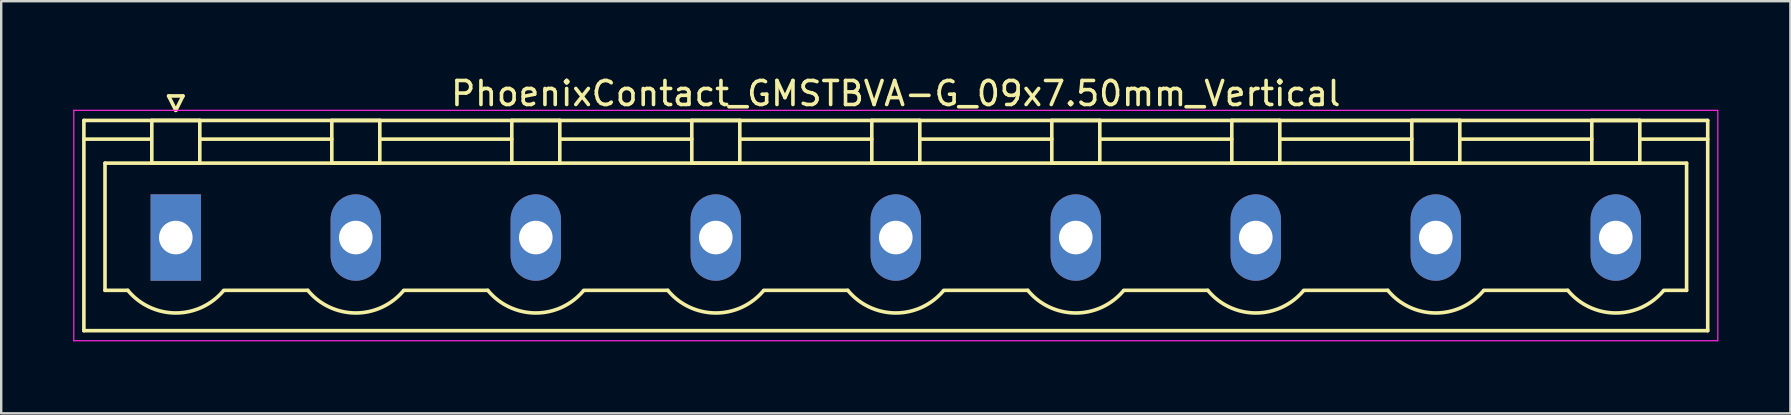
<source format=kicad_pcb>
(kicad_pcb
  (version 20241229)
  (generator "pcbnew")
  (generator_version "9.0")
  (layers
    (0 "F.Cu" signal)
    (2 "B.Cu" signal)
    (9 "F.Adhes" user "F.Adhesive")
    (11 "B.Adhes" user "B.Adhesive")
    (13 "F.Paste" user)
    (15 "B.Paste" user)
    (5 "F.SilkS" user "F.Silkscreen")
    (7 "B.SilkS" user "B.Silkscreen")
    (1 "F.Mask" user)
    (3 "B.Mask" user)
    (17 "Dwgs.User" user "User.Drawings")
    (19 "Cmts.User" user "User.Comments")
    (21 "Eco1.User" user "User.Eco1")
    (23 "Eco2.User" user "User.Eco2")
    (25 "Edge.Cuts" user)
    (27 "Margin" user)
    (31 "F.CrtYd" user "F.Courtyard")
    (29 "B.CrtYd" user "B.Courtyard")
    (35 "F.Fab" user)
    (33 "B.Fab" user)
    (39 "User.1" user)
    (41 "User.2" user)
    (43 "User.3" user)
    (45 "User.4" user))
  (footprint "PhoenixContact_GMSTBVA-G_09x7.50mm_Vertical"
    (layer "F.Cu")
    (at 4.275 6.848)
    (property "Reference" "PhoenixContact_GMSTBVA-G_09x7.50mm_Vertical" (at 30 -6 0) (layer "F.SilkS") (effects (font (size 1 1) (thickness 0.15))))
    (attr through_hole)
    (fp_line (start -3.83 -4.88) (end -3.83 3.88) (stroke (width 0.15) (type solid)) (layer "F.SilkS"))
    (fp_line (start -3.83 -4.1) (end -1.08 -4.1) (stroke (width 0.15) (type solid)) (layer "F.SilkS"))
    (fp_line (start -3.83 3.88) (end 63.83 3.88) (stroke (width 0.15) (type solid)) (layer "F.SilkS"))
    (fp_line (start -2.95 -3.1) (end 62.95 -3.1) (stroke (width 0.15) (type solid)) (layer "F.SilkS"))
    (fp_line (start -2.95 2.2) (end -2.95 -3.1) (stroke (width 0.15) (type solid)) (layer "F.SilkS"))
    (fp_line (start -2 2.2) (end -2.95 2.2) (stroke (width 0.15) (type solid)) (layer "F.SilkS"))
    (fp_line (start -1 -4.88) (end 1 -4.88) (stroke (width 0.15) (type solid)) (layer "F.SilkS"))
    (fp_line (start -1 -3.1) (end -1 -4.88) (stroke (width 0.15) (type solid)) (layer "F.SilkS"))
    (fp_line (start -0.3 -5.9) (end 0 -5.3) (stroke (width 0.15) (type solid)) (layer "F.SilkS"))
    (fp_line (start 0 -5.3) (end 0.3 -5.9) (stroke (width 0.15) (type solid)) (layer "F.SilkS"))
    (fp_line (start 0.3 -5.9) (end -0.3 -5.9) (stroke (width 0.15) (type solid)) (layer "F.SilkS"))
    (fp_line (start 1 -4.88) (end 1 -3.1) (stroke (width 0.15) (type solid)) (layer "F.SilkS"))
    (fp_line (start 1 -4.1) (end 6.5 -4.1) (stroke (width 0.15) (type solid)) (layer "F.SilkS"))
    (fp_line (start 1 -3.1) (end -1 -3.1) (stroke (width 0.15) (type solid)) (layer "F.SilkS"))
    (fp_line (start 2 2.2) (end 5.5 2.2) (stroke (width 0.15) (type solid)) (layer "F.SilkS"))
    (fp_line (start 6.5 -4.88) (end 8.5 -4.88) (stroke (width 0.15) (type solid)) (layer "F.SilkS"))
    (fp_line (start 6.5 -3.1) (end 6.5 -4.88) (stroke (width 0.15) (type solid)) (layer "F.SilkS"))
    (fp_line (start 8.5 -4.88) (end 8.5 -3.1) (stroke (width 0.15) (type solid)) (layer "F.SilkS"))
    (fp_line (start 8.5 -4.1) (end 14 -4.1) (stroke (width 0.15) (type solid)) (layer "F.SilkS"))
    (fp_line (start 8.5 -3.1) (end 6.5 -3.1) (stroke (width 0.15) (type solid)) (layer "F.SilkS"))
    (fp_line (start 9.5 2.2) (end 13 2.2) (stroke (width 0.15) (type solid)) (layer "F.SilkS"))
    (fp_line (start 14 -4.88) (end 16 -4.88) (stroke (width 0.15) (type solid)) (layer "F.SilkS"))
    (fp_line (start 14 -3.1) (end 14 -4.88) (stroke (width 0.15) (type solid)) (layer "F.SilkS"))
    (fp_line (start 16 -4.88) (end 16 -3.1) (stroke (width 0.15) (type solid)) (layer "F.SilkS"))
    (fp_line (start 16 -4.1) (end 21.5 -4.1) (stroke (width 0.15) (type solid)) (layer "F.SilkS"))
    (fp_line (start 16 -3.1) (end 14 -3.1) (stroke (width 0.15) (type solid)) (layer "F.SilkS"))
    (fp_line (start 17 2.2) (end 20.5 2.2) (stroke (width 0.15) (type solid)) (layer "F.SilkS"))
    (fp_line (start 21.5 -4.88) (end 23.5 -4.88) (stroke (width 0.15) (type solid)) (layer "F.SilkS"))
    (fp_line (start 21.5 -3.1) (end 21.5 -4.88) (stroke (width 0.15) (type solid)) (layer "F.SilkS"))
    (fp_line (start 23.5 -4.88) (end 23.5 -3.1) (stroke (width 0.15) (type solid)) (layer "F.SilkS"))
    (fp_line (start 23.5 -4.1) (end 29 -4.1) (stroke (width 0.15) (type solid)) (layer "F.SilkS"))
    (fp_line (start 23.5 -3.1) (end 21.5 -3.1) (stroke (width 0.15) (type solid)) (layer "F.SilkS"))
    (fp_line (start 24.5 2.2) (end 28 2.2) (stroke (width 0.15) (type solid)) (layer "F.SilkS"))
    (fp_line (start 29 -4.88) (end 31 -4.88) (stroke (width 0.15) (type solid)) (layer "F.SilkS"))
    (fp_line (start 29 -3.1) (end 29 -4.88) (stroke (width 0.15) (type solid)) (layer "F.SilkS"))
    (fp_line (start 31 -4.88) (end 31 -3.1) (stroke (width 0.15) (type solid)) (layer "F.SilkS"))
    (fp_line (start 31 -4.1) (end 36.5 -4.1) (stroke (width 0.15) (type solid)) (layer "F.SilkS"))
    (fp_line (start 31 -3.1) (end 29 -3.1) (stroke (width 0.15) (type solid)) (layer "F.SilkS"))
    (fp_line (start 32 2.2) (end 35.5 2.2) (stroke (width 0.15) (type solid)) (layer "F.SilkS"))
    (fp_line (start 36.5 -4.88) (end 38.5 -4.88) (stroke (width 0.15) (type solid)) (layer "F.SilkS"))
    (fp_line (start 36.5 -3.1) (end 36.5 -4.88) (stroke (width 0.15) (type solid)) (layer "F.SilkS"))
    (fp_line (start 38.5 -4.88) (end 38.5 -3.1) (stroke (width 0.15) (type solid)) (layer "F.SilkS"))
    (fp_line (start 38.5 -4.1) (end 44 -4.1) (stroke (width 0.15) (type solid)) (layer "F.SilkS"))
    (fp_line (start 38.5 -3.1) (end 36.5 -3.1) (stroke (width 0.15) (type solid)) (layer "F.SilkS"))
    (fp_line (start 39.5 2.2) (end 43 2.2) (stroke (width 0.15) (type solid)) (layer "F.SilkS"))
    (fp_line (start 44 -4.88) (end 46 -4.88) (stroke (width 0.15) (type solid)) (layer "F.SilkS"))
    (fp_line (start 44 -3.1) (end 44 -4.88) (stroke (width 0.15) (type solid)) (layer "F.SilkS"))
    (fp_line (start 46 -4.88) (end 46 -3.1) (stroke (width 0.15) (type solid)) (layer "F.SilkS"))
    (fp_line (start 46 -4.1) (end 51.5 -4.1) (stroke (width 0.15) (type solid)) (layer "F.SilkS"))
    (fp_line (start 46 -3.1) (end 44 -3.1) (stroke (width 0.15) (type solid)) (layer "F.SilkS"))
    (fp_line (start 47 2.2) (end 50.5 2.2) (stroke (width 0.15) (type solid)) (layer "F.SilkS"))
    (fp_line (start 51.5 -4.88) (end 53.5 -4.88) (stroke (width 0.15) (type solid)) (layer "F.SilkS"))
    (fp_line (start 51.5 -3.1) (end 51.5 -4.88) (stroke (width 0.15) (type solid)) (layer "F.SilkS"))
    (fp_line (start 53.5 -4.88) (end 53.5 -3.1) (stroke (width 0.15) (type solid)) (layer "F.SilkS"))
    (fp_line (start 53.5 -4.1) (end 59 -4.1) (stroke (width 0.15) (type solid)) (layer "F.SilkS"))
    (fp_line (start 53.5 -3.1) (end 51.5 -3.1) (stroke (width 0.15) (type solid)) (layer "F.SilkS"))
    (fp_line (start 54.5 2.2) (end 58 2.2) (stroke (width 0.15) (type solid)) (layer "F.SilkS"))
    (fp_line (start 59 -4.88) (end 61 -4.88) (stroke (width 0.15) (type solid)) (layer "F.SilkS"))
    (fp_line (start 59 -3.1) (end 59 -4.88) (stroke (width 0.15) (type solid)) (layer "F.SilkS"))
    (fp_line (start 61 -4.88) (end 61 -3.1) (stroke (width 0.15) (type solid)) (layer "F.SilkS"))
    (fp_line (start 61 -3.1) (end 59 -3.1) (stroke (width 0.15) (type solid)) (layer "F.SilkS"))
    (fp_line (start 62.95 -3.1) (end 62.95 2.2) (stroke (width 0.15) (type solid)) (layer "F.SilkS"))
    (fp_line (start 62.95 2.2) (end 62 2.2) (stroke (width 0.15) (type solid)) (layer "F.SilkS"))
    (fp_line (start 63.83 -4.88) (end -3.83 -4.88) (stroke (width 0.15) (type solid)) (layer "F.SilkS"))
    (fp_line (start 63.83 -4.1) (end 61.08 -4.1) (stroke (width 0.15) (type solid)) (layer "F.SilkS"))
    (fp_line (start 63.83 3.88) (end 63.83 -4.88) (stroke (width 0.15) (type solid)) (layer "F.SilkS"))
    (fp_arc (start 1.986842 2.215821) (mid -0.010289 3.142758) (end -2 2.2) (stroke (width 0.15) (type solid)) (layer "F.SilkS"))
    (fp_arc (start 9.486842 2.215821) (mid 7.489711 3.142758) (end 5.5 2.2) (stroke (width 0.15) (type solid)) (layer "F.SilkS"))
    (fp_arc (start 16.986842 2.215821) (mid 14.989711 3.142758) (end 13 2.2) (stroke (width 0.15) (type solid)) (layer "F.SilkS"))
    (fp_arc (start 24.486842 2.215821) (mid 22.489711 3.142758) (end 20.5 2.2) (stroke (width 0.15) (type solid)) (layer "F.SilkS"))
    (fp_arc (start 31.986842 2.215821) (mid 29.989711 3.142758) (end 28 2.2) (stroke (width 0.15) (type solid)) (layer "F.SilkS"))
    (fp_arc (start 39.486842 2.215821) (mid 37.489711 3.142758) (end 35.5 2.2) (stroke (width 0.15) (type solid)) (layer "F.SilkS"))
    (fp_arc (start 46.986842 2.215821) (mid 44.989711 3.142758) (end 43 2.2) (stroke (width 0.15) (type solid)) (layer "F.SilkS"))
    (fp_arc (start 54.486842 2.215821) (mid 52.489711 3.142758) (end 50.5 2.2) (stroke (width 0.15) (type solid)) (layer "F.SilkS"))
    (fp_arc (start 61.986842 2.215821) (mid 59.989711 3.142758) (end 58 2.2) (stroke (width 0.15) (type solid)) (layer "F.SilkS"))
    (fp_line (start -4.25 -5.3) (end -4.25 4.3) (stroke (width 0.05) (type solid)) (layer "F.CrtYd"))
    (fp_line (start -4.25 4.3) (end 64.25 4.3) (stroke (width 0.05) (type solid)) (layer "F.CrtYd"))
    (fp_line (start 64.25 -5.3) (end -4.25 -5.3) (stroke (width 0.05) (type solid)) (layer "F.CrtYd"))
    (fp_line (start 64.25 4.3) (end 64.25 -5.3) (stroke (width 0.05) (type solid)) (layer "F.CrtYd"))
    (pad "1" thru_hole rect (at 0 0) (size 2.1 3.6) (drill 1.4) (layers "*.Cu" "*.Mask"))
    (pad "2" thru_hole oval (at 7.5 0) (size 2.1 3.6) (drill 1.4) (layers "*.Cu" "*.Mask"))
    (pad "3" thru_hole oval (at 15 0) (size 2.1 3.6) (drill 1.4) (layers "*.Cu" "*.Mask"))
    (pad "4" thru_hole oval (at 22.5 0) (size 2.1 3.6) (drill 1.4) (layers "*.Cu" "*.Mask"))
    (pad "5" thru_hole oval (at 30 0) (size 2.1 3.6) (drill 1.4) (layers "*.Cu" "*.Mask"))
    (pad "6" thru_hole oval (at 37.5 0) (size 2.1 3.6) (drill 1.4) (layers "*.Cu" "*.Mask"))
    (pad "7" thru_hole oval (at 45 0) (size 2.1 3.6) (drill 1.4) (layers "*.Cu" "*.Mask"))
    (pad "8" thru_hole oval (at 52.5 0) (size 2.1 3.6) (drill 1.4) (layers "*.Cu" "*.Mask"))
    (pad "9" thru_hole oval (at 60 0) (size 2.1 3.6) (drill 1.4) (layers "*.Cu" "*.Mask")))
  (gr_rect
    (start -3 -3)
    (end 71.55 14.173)
    (stroke (width 0.1) (type default))
    (fill no)
    (layer "Edge.Cuts")))
</source>
